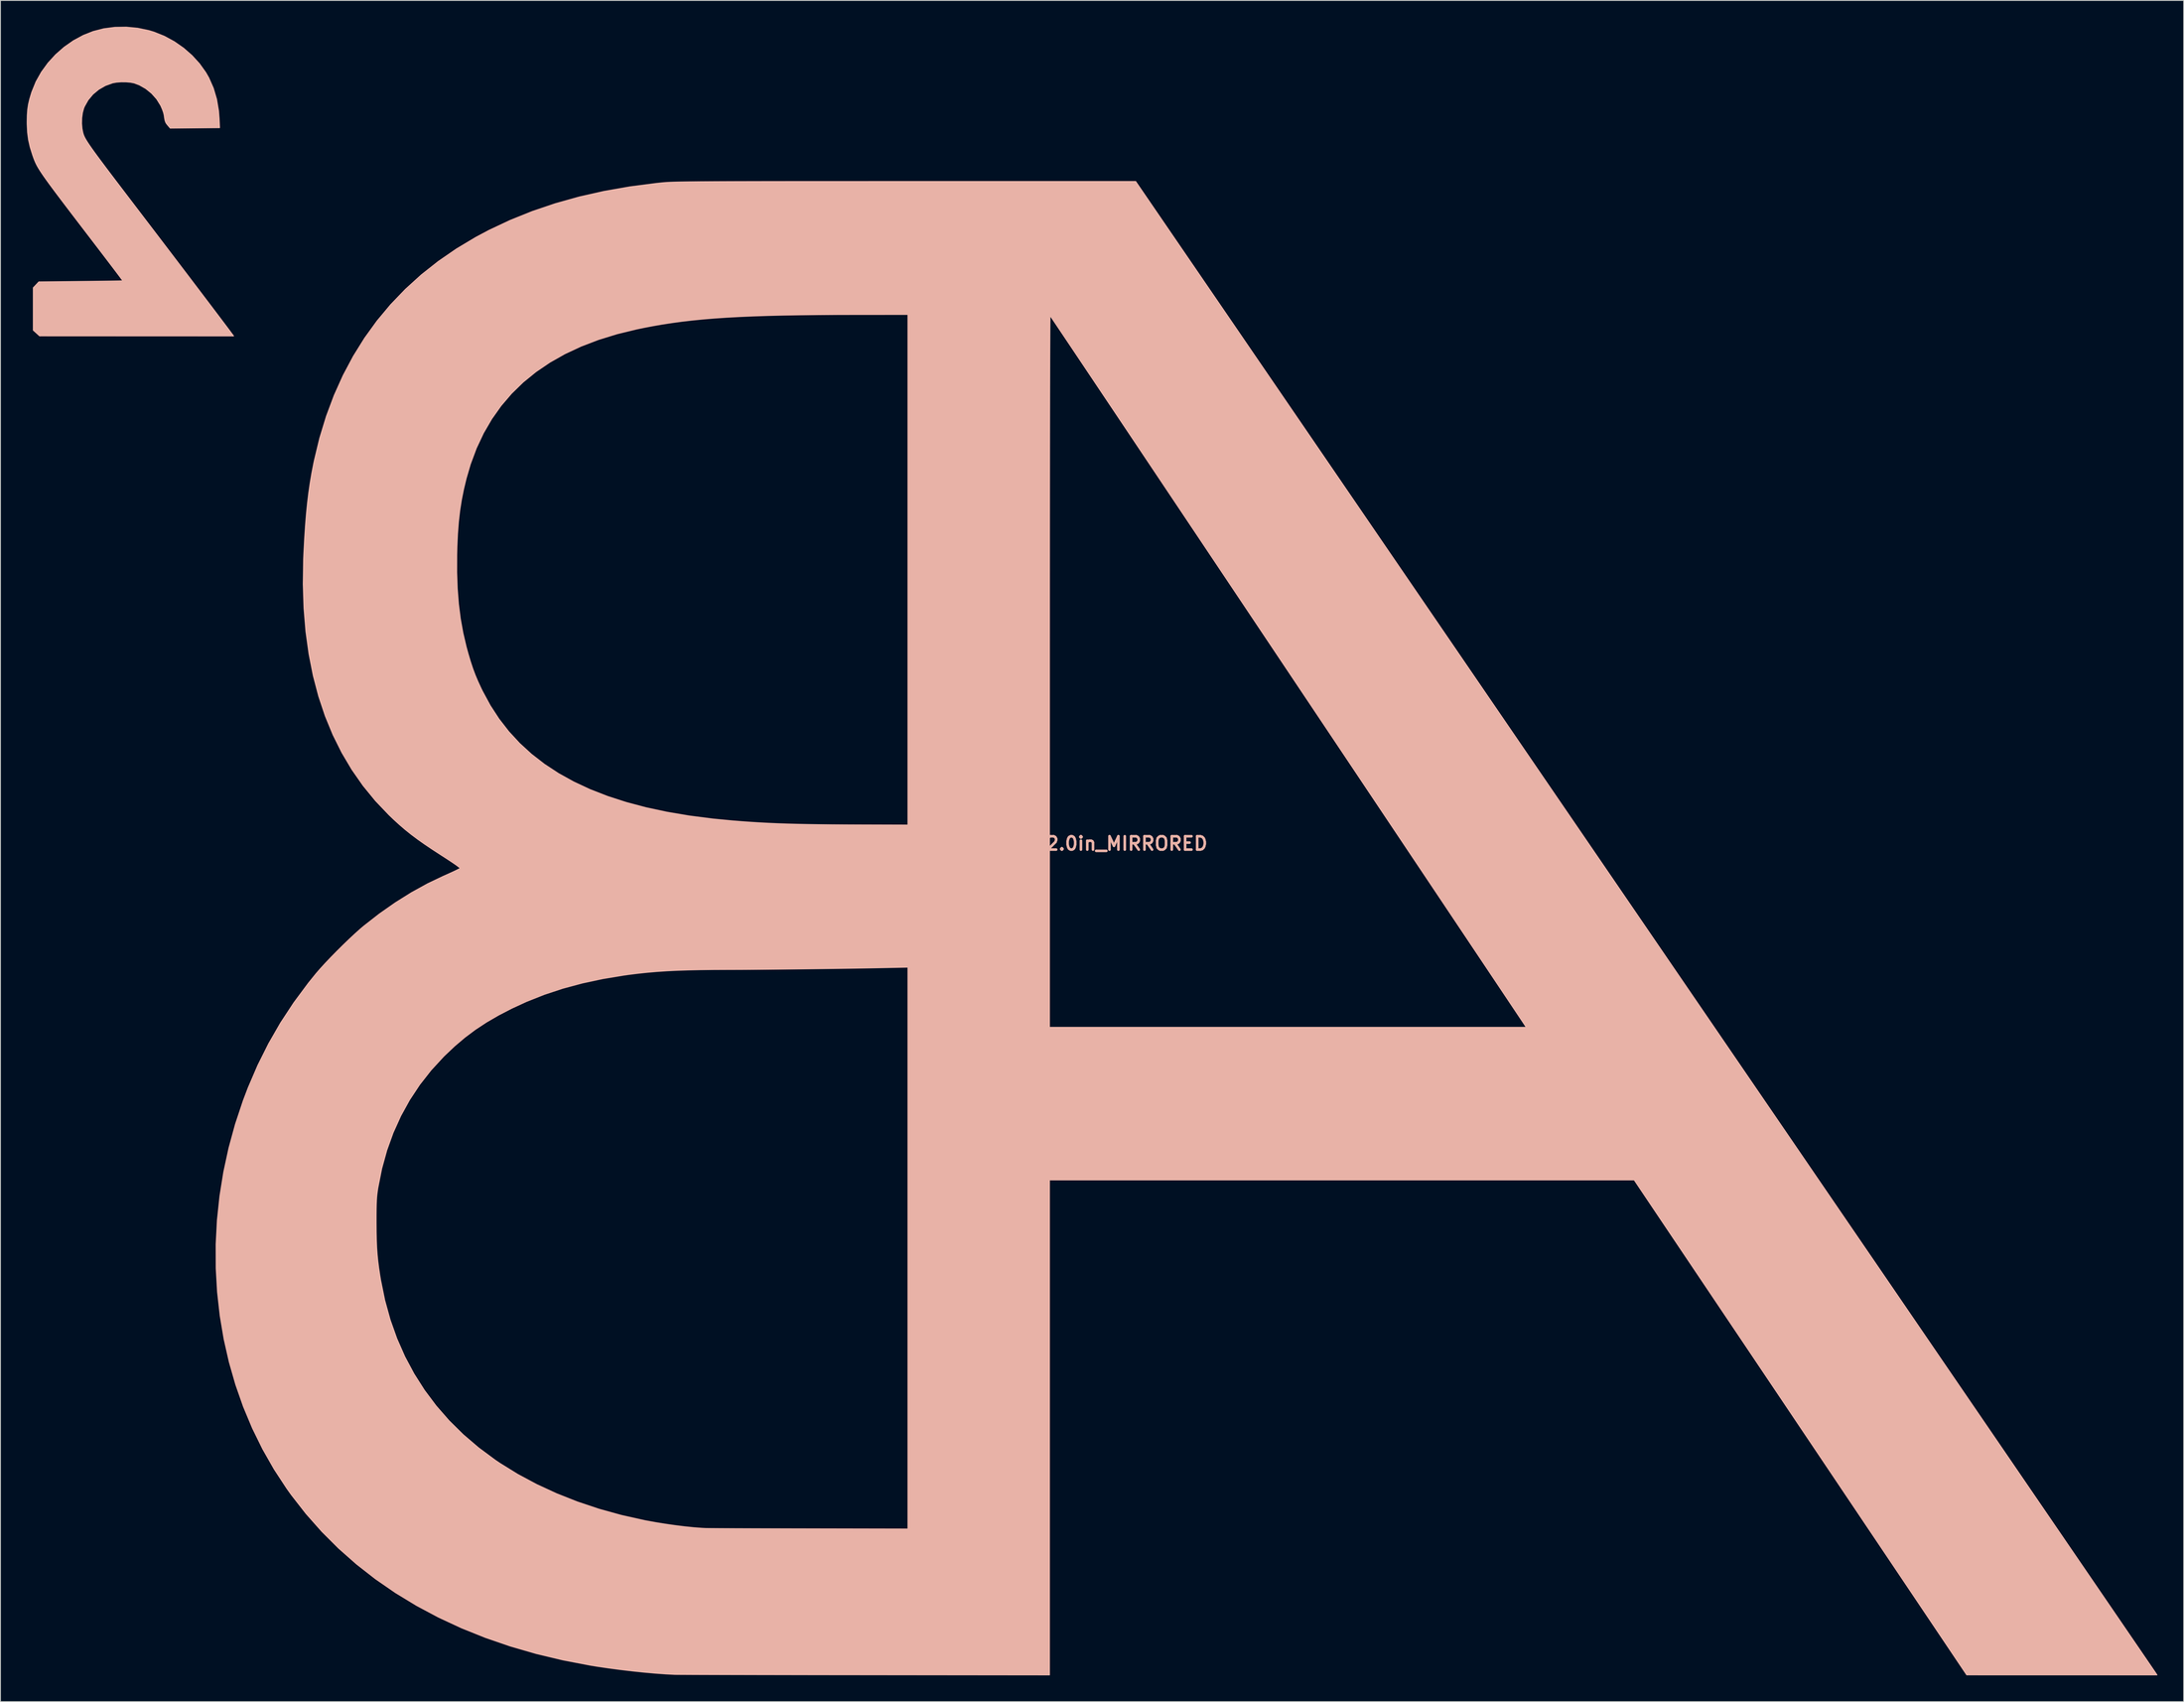
<source format=kicad_pcb>
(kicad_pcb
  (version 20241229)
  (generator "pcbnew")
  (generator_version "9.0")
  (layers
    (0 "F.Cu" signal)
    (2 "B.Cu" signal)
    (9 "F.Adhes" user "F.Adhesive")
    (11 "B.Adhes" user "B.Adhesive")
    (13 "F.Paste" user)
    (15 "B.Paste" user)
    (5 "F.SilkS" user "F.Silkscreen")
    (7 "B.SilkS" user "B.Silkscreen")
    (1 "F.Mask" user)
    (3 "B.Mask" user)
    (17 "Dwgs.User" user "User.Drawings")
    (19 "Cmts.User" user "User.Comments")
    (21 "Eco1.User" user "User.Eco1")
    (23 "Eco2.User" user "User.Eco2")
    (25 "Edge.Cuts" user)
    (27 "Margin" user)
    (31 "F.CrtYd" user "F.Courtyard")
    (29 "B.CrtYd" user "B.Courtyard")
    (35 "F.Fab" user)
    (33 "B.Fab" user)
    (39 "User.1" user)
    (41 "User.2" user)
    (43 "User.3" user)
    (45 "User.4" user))
  (footprint "AB2_LOGO_2.0in_MIRRORED"
    (layer "F.Cu")
    (at 119.372 93.336)
    (property "Reference" "AB2_LOGO_2.0in_MIRRORED" (at 0 0 0) (layer "B.SilkS") (effects (font (size 1.524 1.524) (thickness 0.3))))
    (attr through_hole)
    (fp_poly (pts (xy -95.743 -57.997) (xy -106.821 -58) (xy -117.898 -58.004) (xy -118.258 -58.329) (xy -118.618 -58.655) (xy -118.618 -61.081) (xy -118.618 -63.507) (xy -118.3 -63.843) (xy -117.983 -64.18) (xy -113.199 -64.23) (xy -112.316 -64.239) (xy -111.485 -64.249) (xy -110.721 -64.258) (xy -110.039 -64.267) (xy -109.455 -64.276) (xy -108.984 -64.284) (xy -108.641 -64.291) (xy -108.441 -64.297) (xy -108.393 -64.3) (xy -108.44 -64.369) (xy -108.58 -64.561) (xy -108.806 -64.864) (xy -109.11 -65.268) (xy -109.482 -65.76) (xy -109.914 -66.329) (xy -110.398 -66.965) (xy -110.924 -67.655) (xy -111.484 -68.387) (xy -111.605 -68.546) (xy -112.558 -69.791) (xy -113.414 -70.911) (xy -114.179 -71.912) (xy -114.858 -72.804) (xy -115.456 -73.593) (xy -115.981 -74.289) (xy -116.437 -74.9) (xy -116.831 -75.434) (xy -117.167 -75.899) (xy -117.452 -76.303) (xy -117.691 -76.655) (xy -117.89 -76.962) (xy -118.056 -77.233) (xy -118.193 -77.476) (xy -118.307 -77.7) (xy -118.404 -77.912) (xy -118.49 -78.12) (xy -118.571 -78.333) (xy -118.652 -78.56) (xy -118.694 -78.682) (xy -118.973 -79.57) (xy -119.164 -80.41) (xy -119.276 -81.266) (xy -119.32 -82.202) (xy -119.322 -82.465) (xy -119.308 -83.215) (xy -119.262 -83.857) (xy -119.174 -84.448) (xy -119.034 -85.05) (xy -118.833 -85.719) (xy -118.776 -85.894) (xy -118.305 -87.048) (xy -117.685 -88.151) (xy -116.931 -89.187) (xy -116.06 -90.14) (xy -115.087 -90.994) (xy -114.029 -91.734) (xy -112.901 -92.344) (xy -111.769 -92.792) (xy -110.559 -93.102) (xy -109.29 -93.267) (xy -107.991 -93.286) (xy -106.69 -93.161) (xy -105.413 -92.892) (xy -104.817 -92.711) (xy -103.635 -92.234) (xy -102.507 -91.618) (xy -101.452 -90.881) (xy -100.49 -90.039) (xy -99.641 -89.108) (xy -98.923 -88.104) (xy -98.574 -87.493) (xy -98.053 -86.31) (xy -97.68 -85.049) (xy -97.455 -83.706) (xy -97.39 -82.87) (xy -97.341 -81.793) (xy -100.16 -81.769) (xy -102.978 -81.746) (xy -103.258 -82.073) (xy -103.406 -82.258) (xy -103.506 -82.432) (xy -103.575 -82.642) (xy -103.63 -82.936) (xy -103.674 -83.249) (xy -103.738 -83.513) (xy -103.86 -83.862) (xy -104.019 -84.233) (xy -104.075 -84.35) (xy -104.523 -85.071) (xy -105.097 -85.717) (xy -105.77 -86.263) (xy -106.51 -86.683) (xy -107.098 -86.903) (xy -107.518 -86.985) (xy -108.038 -87.027) (xy -108.595 -87.029) (xy -109.124 -86.99) (xy -109.555 -86.912) (xy -110.391 -86.609) (xy -111.149 -86.172) (xy -111.813 -85.618) (xy -112.361 -84.962) (xy -112.776 -84.223) (xy -112.864 -84.009) (xy -113.003 -83.5) (xy -113.084 -82.899) (xy -113.101 -82.275) (xy -113.051 -81.698) (xy -113.034 -81.602) (xy -113.004 -81.448) (xy -112.975 -81.306) (xy -112.942 -81.169) (xy -112.901 -81.03) (xy -112.846 -80.883) (xy -112.772 -80.719) (xy -112.674 -80.533) (xy -112.547 -80.317) (xy -112.386 -80.063) (xy -112.187 -79.765) (xy -111.944 -79.416) (xy -111.652 -79.008) (xy -111.307 -78.535) (xy -110.902 -77.99) (xy -110.434 -77.364) (xy -109.898 -76.652) (xy -109.287 -75.846) (xy -108.598 -74.94) (xy -107.825 -73.925) (xy -106.963 -72.795) (xy -106.008 -71.543) (xy -105.196 -70.479) (xy -104.522 -69.595) (xy -103.82 -68.674) (xy -103.1 -67.727) (xy -102.37 -66.767) (xy -101.638 -65.804) (xy -100.914 -64.851) (xy -100.206 -63.918) (xy -99.523 -63.017) (xy -98.874 -62.16) (xy -98.266 -61.358) (xy -97.71 -60.622) (xy -97.214 -59.965) (xy -96.786 -59.397) (xy -96.435 -58.93) (xy -96.17 -58.576) (xy -96.007 -58.356) (xy -95.743 -57.997)) (stroke (width 0.1) (type solid)) (fill yes) (layer "B.SilkS"))
    (fp_poly (pts (xy 123.971 94.996) (xy 113.103 94.994) (xy 102.235 94.992) (xy 94.488 83.459) (xy 93.668 82.238) (xy 92.762 80.89) (xy 91.78 79.427) (xy 90.729 77.864) (xy 89.62 76.212) (xy 88.461 74.487) (xy 87.261 72.699) (xy 86.028 70.864) (xy 84.772 68.994) (xy 83.501 67.102) (xy 82.225 65.202) (xy 80.952 63.306) (xy 79.69 61.429) (xy 78.45 59.582) (xy 77.24 57.78) (xy 76.068 56.036) (xy 75.495 55.183) (xy 64.249 38.439) (xy 51.92 38.439) (xy 51.92 20.997) (xy 51.77 20.765) (xy 51.711 20.676) (xy 51.562 20.452) (xy 51.326 20.098) (xy 51.007 19.621) (xy 50.609 19.025) (xy 50.135 18.316) (xy 49.59 17.5) (xy 48.976 16.582) (xy 48.298 15.568) (xy 47.56 14.463) (xy 46.765 13.274) (xy 45.916 12.005) (xy 45.019 10.662) (xy 44.075 9.251) (xy 43.09 7.777) (xy 42.066 6.246) (xy 41.008 4.664) (xy 39.919 3.035) (xy 38.803 1.367) (xy 37.776 -0.169) (xy 36.443 -2.162) (xy 35.034 -4.269) (xy 33.558 -6.476) (xy 32.026 -8.767) (xy 30.448 -11.127) (xy 28.834 -13.54) (xy 27.195 -15.991) (xy 25.54 -18.466) (xy 23.88 -20.948) (xy 22.226 -23.422) (xy 20.587 -25.874) (xy 18.973 -28.287) (xy 17.395 -30.647) (xy 15.863 -32.937) (xy 14.388 -35.144) (xy 12.979 -37.251) (xy 11.647 -39.243) (xy 10.769 -40.555) (xy 9.662 -42.211) (xy 8.579 -43.831) (xy 7.523 -45.409) (xy 6.5 -46.939) (xy 5.512 -48.415) (xy 4.564 -49.832) (xy 3.658 -51.185) (xy 2.8 -52.467) (xy 1.993 -53.674) (xy 1.24 -54.798) (xy 0.545 -55.835) (xy -0.087 -56.779) (xy -0.654 -57.624) (xy -1.151 -58.365) (xy -1.574 -58.996) (xy -1.92 -59.511) (xy -2.185 -59.905) (xy -2.365 -60.172) (xy -2.456 -60.305) (xy -2.467 -60.321) (xy -2.472 -60.242) (xy -2.476 -59.999) (xy -2.481 -59.596) (xy -2.486 -59.039) (xy -2.49 -58.331) (xy -2.494 -57.477) (xy -2.499 -56.483) (xy -2.503 -55.353) (xy -2.506 -54.091) (xy -2.51 -52.703) (xy -2.514 -51.194) (xy -2.517 -49.568) (xy -2.52 -47.83) (xy -2.523 -45.984) (xy -2.526 -44.036) (xy -2.528 -41.99) (xy -2.531 -39.851) (xy -2.533 -37.624) (xy -2.535 -35.313) (xy -2.536 -32.924) (xy -2.538 -30.461) (xy -2.539 -27.929) (xy -2.539 -25.332) (xy -2.54 -22.676) (xy -2.54 -19.964) (xy -2.54 -19.702) (xy -2.54 20.997) (xy 24.69 20.997) (xy 51.92 20.997) (xy 51.92 38.439) (xy 30.855 38.439) (xy -2.54 38.439) (xy -2.54 66.717) (xy -2.54 94.996) (xy -18.711 94.983) (xy -18.711 78.317) (xy -18.711 46.221) (xy -18.711 14.126) (xy -18.711 -2.117) (xy -18.711 -31.284) (xy -18.711 -60.452) (xy -24.405 -60.45) (xy -26.762 -60.446) (xy -28.96 -60.432) (xy -31.01 -60.409) (xy -32.923 -60.377) (xy -34.708 -60.333) (xy -36.376 -60.278) (xy -37.938 -60.211) (xy -39.404 -60.131) (xy -40.784 -60.038) (xy -42.09 -59.93) (xy -43.331 -59.807) (xy -44.518 -59.669) (xy -45.661 -59.515) (xy -46.772 -59.344) (xy -47.86 -59.155) (xy -48.935 -58.948) (xy -49.699 -58.789) (xy -51.946 -58.241) (xy -54.06 -57.588) (xy -56.043 -56.829) (xy -57.894 -55.964) (xy -59.613 -54.992) (xy -61.202 -53.913) (xy -62.661 -52.727) (xy -63.989 -51.434) (xy -65.188 -50.033) (xy -66.258 -48.524) (xy -67.199 -46.906) (xy -68.012 -45.179) (xy -68.696 -43.342) (xy -69.168 -41.731) (xy -69.466 -40.495) (xy -69.71 -39.277) (xy -69.904 -38.045) (xy -70.051 -36.766) (xy -70.156 -35.407) (xy -70.224 -33.934) (xy -70.247 -32.978) (xy -70.252 -30.986) (xy -70.186 -29.125) (xy -70.049 -27.37) (xy -69.836 -25.695) (xy -69.545 -24.075) (xy -69.173 -22.486) (xy -68.962 -21.716) (xy -68.69 -20.803) (xy -68.426 -20.003) (xy -68.15 -19.263) (xy -67.841 -18.529) (xy -67.48 -17.749) (xy -67.31 -17.399) (xy -66.425 -15.764) (xy -65.425 -14.229) (xy -64.309 -12.792) (xy -63.074 -11.453) (xy -61.717 -10.209) (xy -60.237 -9.061) (xy -58.631 -8.006) (xy -56.897 -7.045) (xy -55.033 -6.174) (xy -53.036 -5.394) (xy -50.904 -4.703) (xy -48.635 -4.1) (xy -46.227 -3.584) (xy -43.677 -3.153) (xy -40.983 -2.807) (xy -38.693 -2.587) (xy -37.675 -2.507) (xy -36.678 -2.436) (xy -35.687 -2.375) (xy -34.682 -2.321) (xy -33.647 -2.276) (xy -32.564 -2.237) (xy -31.415 -2.206) (xy -30.184 -2.181) (xy -28.853 -2.161) (xy -27.404 -2.146) (xy -25.82 -2.136) (xy -24.151 -2.13) (xy -18.711 -2.117) (xy -18.711 14.126) (xy -21.23 14.179) (xy -22.399 14.202) (xy -23.678 14.225) (xy -25.046 14.248) (xy -26.48 14.27) (xy -27.958 14.291) (xy -29.458 14.31) (xy -30.958 14.329) (xy -32.435 14.345) (xy -33.868 14.36) (xy -35.233 14.372) (xy -36.509 14.382) (xy -37.673 14.389) (xy -38.703 14.392) (xy -39.243 14.393) (xy -40.903 14.399) (xy -42.414 14.416) (xy -43.797 14.446) (xy -45.071 14.489) (xy -46.257 14.547) (xy -47.375 14.621) (xy -48.445 14.713) (xy -49.487 14.822) (xy -50.522 14.95) (xy -51.139 15.035) (xy -53.591 15.442) (xy -55.914 15.941) (xy -58.124 16.537) (xy -60.236 17.235) (xy -62.265 18.039) (xy -63.966 18.823) (xy -65.482 19.609) (xy -66.861 20.411) (xy -68.135 21.251) (xy -69.336 22.152) (xy -70.497 23.137) (xy -71.65 24.229) (xy -71.758 24.336) (xy -73.19 25.891) (xy -74.484 27.541) (xy -75.637 29.285) (xy -76.648 31.118) (xy -77.517 33.04) (xy -78.241 35.047) (xy -78.819 37.137) (xy -79.251 39.308) (xy -79.307 39.666) (xy -79.353 40.008) (xy -79.389 40.361) (xy -79.416 40.752) (xy -79.436 41.206) (xy -79.448 41.749) (xy -79.454 42.405) (xy -79.455 43.202) (xy -79.455 43.349) (xy -79.447 44.408) (xy -79.427 45.336) (xy -79.391 46.172) (xy -79.337 46.954) (xy -79.26 47.721) (xy -79.159 48.511) (xy -79.03 49.363) (xy -78.945 49.875) (xy -78.474 52.192) (xy -77.856 54.423) (xy -77.094 56.567) (xy -76.188 58.623) (xy -75.137 60.589) (xy -73.944 62.465) (xy -72.608 64.25) (xy -71.131 65.942) (xy -69.513 67.541) (xy -67.755 69.045) (xy -65.857 70.454) (xy -65.32 70.817) (xy -63.292 72.073) (xy -61.135 73.229) (xy -58.861 74.28) (xy -56.482 75.222) (xy -54.007 76.051) (xy -51.45 76.761) (xy -48.82 77.349) (xy -48.683 77.376) (xy -47.583 77.577) (xy -46.444 77.762) (xy -45.304 77.925) (xy -44.199 78.062) (xy -43.166 78.168) (xy -42.241 78.238) (xy -41.825 78.259) (xy -41.664 78.262) (xy -41.343 78.265) (xy -40.875 78.268) (xy -40.269 78.272) (xy -39.536 78.275) (xy -38.686 78.279) (xy -37.731 78.282) (xy -36.68 78.285) (xy -35.546 78.288) (xy -34.337 78.291) (xy -33.064 78.294) (xy -31.739 78.297) (xy -30.372 78.299) (xy -29.951 78.3) (xy -18.711 78.317) (xy -18.711 94.983) (xy -23.601 94.979) (xy -25.487 94.977) (xy -27.332 94.976) (xy -29.131 94.974) (xy -30.874 94.972) (xy -32.555 94.969) (xy -34.166 94.967) (xy -35.7 94.965) (xy -37.149 94.962) (xy -38.505 94.96) (xy -39.762 94.957) (xy -40.911 94.955) (xy -41.945 94.952) (xy -42.857 94.95) (xy -43.639 94.947) (xy -44.283 94.944) (xy -44.783 94.942) (xy -45.13 94.94) (xy -45.317 94.937) (xy -45.339 94.937) (xy -46.4 94.882) (xy -47.589 94.795) (xy -48.871 94.68) (xy -50.208 94.54) (xy -51.564 94.379) (xy -52.903 94.202) (xy -54.188 94.013) (xy -54.949 93.889) (xy -58.105 93.285) (xy -61.159 92.556) (xy -64.11 91.702) (xy -66.954 90.724) (xy -69.691 89.625) (xy -72.317 88.404) (xy -74.832 87.063) (xy -77.233 85.603) (xy -79.518 84.026) (xy -81.685 82.333) (xy -83.732 80.524) (xy -85.657 78.601) (xy -87.458 76.565) (xy -89.134 74.417) (xy -89.646 73.702) (xy -91.1 71.484) (xy -92.412 69.179) (xy -93.582 66.795) (xy -94.609 64.34) (xy -95.492 61.821) (xy -96.231 59.245) (xy -96.826 56.621) (xy -97.274 53.955) (xy -97.576 51.256) (xy -97.73 48.531) (xy -97.737 45.788) (xy -97.595 43.034) (xy -97.303 40.277) (xy -96.862 37.524) (xy -96.269 34.783) (xy -95.525 32.062) (xy -94.628 29.368) (xy -94.068 27.895) (xy -92.963 25.328) (xy -91.73 22.863) (xy -90.363 20.486) (xy -88.851 18.184) (xy -87.187 15.942) (xy -86.312 14.859) (xy -85.842 14.316) (xy -85.271 13.691) (xy -84.626 13.012) (xy -83.934 12.306) (xy -83.222 11.6) (xy -82.518 10.921) (xy -81.85 10.298) (xy -81.245 9.756) (xy -80.871 9.439) (xy -79.096 8.053) (xy -77.269 6.772) (xy -75.414 5.611) (xy -73.553 4.585) (xy -71.758 3.729) (xy -71.318 3.534) (xy -70.896 3.342) (xy -70.535 3.175) (xy -70.277 3.051) (xy -70.243 3.034) (xy -69.831 2.824) (xy -70.161 2.562) (xy -70.334 2.436) (xy -70.622 2.238) (xy -70.997 1.986) (xy -71.433 1.7) (xy -71.899 1.398) (xy -71.97 1.353) (xy -72.998 0.685) (xy -73.902 0.077) (xy -74.706 -0.491) (xy -75.436 -1.038) (xy -76.116 -1.583) (xy -76.772 -2.146) (xy -77.43 -2.746) (xy -77.989 -3.281) (xy -79.531 -4.9) (xy -80.941 -6.625) (xy -82.219 -8.457) (xy -83.366 -10.394) (xy -84.382 -12.436) (xy -85.265 -14.583) (xy -86.016 -16.835) (xy -86.635 -19.191) (xy -87.121 -21.651) (xy -87.476 -24.214) (xy -87.697 -26.88) (xy -87.786 -29.648) (xy -87.742 -32.519) (xy -87.715 -33.147) (xy -87.63 -34.771) (xy -87.535 -36.249) (xy -87.426 -37.607) (xy -87.301 -38.867) (xy -87.157 -40.056) (xy -86.992 -41.195) (xy -86.803 -42.311) (xy -86.586 -43.426) (xy -86.523 -43.73) (xy -85.897 -46.327) (xy -85.136 -48.82) (xy -84.243 -51.21) (xy -83.216 -53.495) (xy -82.057 -55.675) (xy -80.766 -57.75) (xy -79.344 -59.718) (xy -77.79 -61.58) (xy -76.105 -63.334) (xy -74.291 -64.981) (xy -72.346 -66.519) (xy -70.272 -67.948) (xy -68.069 -69.267) (xy -66.552 -70.074) (xy -64.131 -71.213) (xy -61.61 -72.226) (xy -58.986 -73.114) (xy -56.257 -73.879) (xy -53.418 -74.519) (xy -50.468 -75.037) (xy -47.403 -75.434) (xy -46.778 -75.499) (xy -46.626 -75.513) (xy -46.464 -75.527) (xy -46.289 -75.539) (xy -46.093 -75.551) (xy -45.871 -75.562) (xy -45.617 -75.572) (xy -45.325 -75.581) (xy -44.99 -75.589) (xy -44.605 -75.597) (xy -44.164 -75.604) (xy -43.663 -75.611) (xy -43.094 -75.616) (xy -42.452 -75.622) (xy -41.732 -75.626) (xy -40.927 -75.63) (xy -40.031 -75.634) (xy -39.038 -75.637) (xy -37.944 -75.64) (xy -36.741 -75.642) (xy -35.424 -75.644) (xy -33.987 -75.646) (xy -32.425 -75.647) (xy -30.731 -75.648) (xy -28.899 -75.648) (xy -26.924 -75.649) (xy -24.8 -75.649) (xy -22.521 -75.65) (xy -20.081 -75.65) (xy -18.973 -75.65) (xy 7.309 -75.65) (xy 13.274 -66.929) (xy 14.122 -65.69) (xy 15.041 -64.345) (xy 16.03 -62.899) (xy 17.087 -61.354) (xy 18.209 -59.713) (xy 19.394 -57.981) (xy 20.639 -56.159) (xy 21.943 -54.253) (xy 23.303 -52.264) (xy 24.717 -50.196) (xy 26.183 -48.053) (xy 27.697 -45.838) (xy 29.259 -43.554) (xy 30.866 -41.204) (xy 32.515 -38.792) (xy 34.205 -36.321) (xy 35.932 -33.795) (xy 37.696 -31.216) (xy 39.493 -28.588) (xy 41.321 -25.914) (xy 43.178 -23.198) (xy 45.062 -20.443) (xy 46.97 -17.652) (xy 48.901 -14.828) (xy 50.851 -11.975) (xy 52.819 -9.097) (xy 54.803 -6.195) (xy 56.8 -3.275) (xy 58.807 -0.339) (xy 60.824 2.61) (xy 62.846 5.569) (xy 64.873 8.533) (xy 66.902 11.5) (xy 68.93 14.467) (xy 70.955 17.429) (xy 72.976 20.385) (xy 74.989 23.33) (xy 76.993 26.261) (xy 78.985 29.175) (xy 80.964 32.068) (xy 82.926 34.938) (xy 84.869 37.781) (xy 86.792 40.593) (xy 88.691 43.372) (xy 90.566 46.113) (xy 92.413 48.815) (xy 94.23 51.473) (xy 96.014 54.084) (xy 97.765 56.644) (xy 99.479 59.152) (xy 101.154 61.602) (xy 102.788 63.992) (xy 104.379 66.319) (xy 105.924 68.579) (xy 107.421 70.769) (xy 108.868 72.886) (xy 110.262 74.926) (xy 111.602 76.885) (xy 112.885 78.762) (xy 114.108 80.552) (xy 115.27 82.252) (xy 116.369 83.859) (xy 117.401 85.37) (xy 118.365 86.78) (xy 119.259 88.088) (xy 120.08 89.289) (xy 120.825 90.38) (xy 121.494 91.358) (xy 122.083 92.22) (xy 122.59 92.962) (xy 123.012 93.581) (xy 123.349 94.074) (xy 123.597 94.437) (xy 123.754 94.668) (xy 123.818 94.762) (xy 123.819 94.763) (xy 123.971 94.996)) (stroke (width 0.1) (type solid)) (fill yes) (layer "B.SilkS")))
  (gr_rect
    (start -3 -3)
    (end 246.393 191.382)
    (stroke (width 0.1) (type default))
    (fill no)
    (layer "Edge.Cuts")))
</source>
